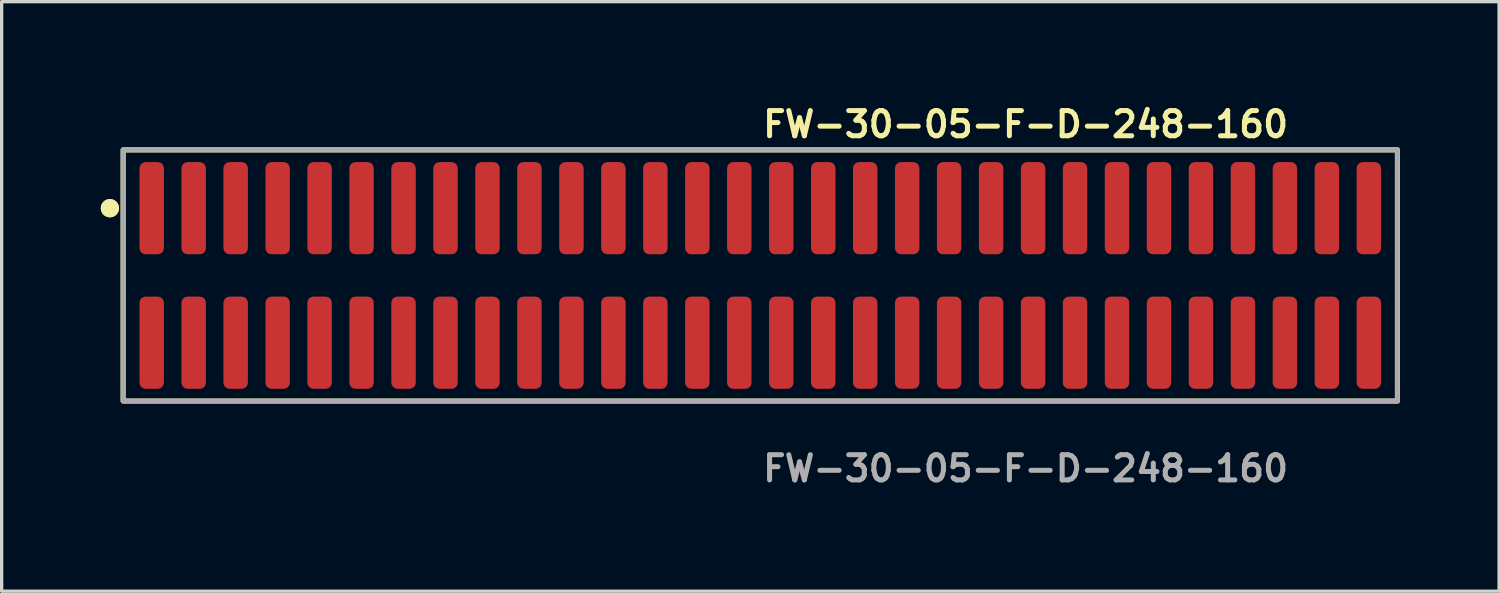
<source format=kicad_pcb>
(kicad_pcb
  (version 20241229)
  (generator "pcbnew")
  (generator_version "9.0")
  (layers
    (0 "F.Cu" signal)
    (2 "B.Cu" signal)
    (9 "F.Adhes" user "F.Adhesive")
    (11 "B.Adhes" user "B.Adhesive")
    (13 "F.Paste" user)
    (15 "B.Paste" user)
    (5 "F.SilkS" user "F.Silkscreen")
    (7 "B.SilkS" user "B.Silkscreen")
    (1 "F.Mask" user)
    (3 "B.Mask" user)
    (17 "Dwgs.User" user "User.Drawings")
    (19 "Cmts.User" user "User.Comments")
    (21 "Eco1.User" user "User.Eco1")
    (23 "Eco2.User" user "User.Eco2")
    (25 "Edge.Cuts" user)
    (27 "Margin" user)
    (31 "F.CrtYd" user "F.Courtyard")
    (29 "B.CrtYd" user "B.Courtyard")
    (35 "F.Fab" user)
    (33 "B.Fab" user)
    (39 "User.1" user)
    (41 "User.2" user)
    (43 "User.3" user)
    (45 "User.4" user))
  (footprint "FW-30-05-F-D-248-160"
    (layer "F.Cu")
    (at 19.956 5.285)
    (property "Reference" "FW-30-05-F-D-248-160" (at 0 -4.572 0) (unlocked yes) (layer "F.SilkS") (effects (font (size 0.762 0.762) (thickness 0.152)) (justify left)))
    (fp_rect (start -19.28 3.8) (end 19.28 -3.8) (stroke (width 0.152) (type solid)) (fill no) (layer "F.SilkS"))
    (fp_circle (center -19.68 -2.035) (end -19.88 -2.035) (stroke (width 0.152) (type solid)) (fill yes) (layer "F.SilkS"))
    (fp_circle (center -19.68 -2.035) (end -19.88 -2.035) (stroke (width 0.152) (type solid)) (fill yes) (layer "F.SilkS"))
    (fp_rect (start -19.28 3.8) (end 19.28 -3.8) (stroke (width 0.006) (type solid)) (fill no) (layer "F.CrtYd"))
    (fp_rect (start -19.28 3.8) (end 19.28 -3.8) (stroke (width 0.152) (type solid)) (fill no) (layer "F.Fab"))
    (fp_text user "${REFERENCE}" (at 0 5.842 0) (unlocked yes) (layer "F.Fab") (effects (font (size 0.762 0.762) (thickness 0.152)) (justify left)))
    (pad "1" smd roundrect (at -18.415 -2.035) (size 0.74 2.79) (layers "F.Cu" "F.Paste") (roundrect_rratio 0.25))
    (pad "2" smd roundrect (at -18.415 2.035) (size 0.74 2.79) (layers "F.Cu" "F.Paste") (roundrect_rratio 0.25))
    (pad "3" smd roundrect (at -17.145 -2.035) (size 0.74 2.79) (layers "F.Cu" "F.Paste") (roundrect_rratio 0.25))
    (pad "4" smd roundrect (at -17.145 2.035) (size 0.74 2.79) (layers "F.Cu" "F.Paste") (roundrect_rratio 0.25))
    (pad "5" smd roundrect (at -15.875 -2.035) (size 0.74 2.79) (layers "F.Cu" "F.Paste") (roundrect_rratio 0.25))
    (pad "6" smd roundrect (at -15.875 2.035) (size 0.74 2.79) (layers "F.Cu" "F.Paste") (roundrect_rratio 0.25))
    (pad "7" smd roundrect (at -14.605 -2.035) (size 0.74 2.79) (layers "F.Cu" "F.Paste") (roundrect_rratio 0.25))
    (pad "8" smd roundrect (at -14.605 2.035) (size 0.74 2.79) (layers "F.Cu" "F.Paste") (roundrect_rratio 0.25))
    (pad "9" smd roundrect (at -13.335 -2.035) (size 0.74 2.79) (layers "F.Cu" "F.Paste") (roundrect_rratio 0.25))
    (pad "10" smd roundrect (at -13.335 2.035) (size 0.74 2.79) (layers "F.Cu" "F.Paste") (roundrect_rratio 0.25))
    (pad "11" smd roundrect (at -12.065 -2.035) (size 0.74 2.79) (layers "F.Cu" "F.Paste") (roundrect_rratio 0.25))
    (pad "12" smd roundrect (at -12.065 2.035) (size 0.74 2.79) (layers "F.Cu" "F.Paste") (roundrect_rratio 0.25))
    (pad "13" smd roundrect (at -10.795 -2.035) (size 0.74 2.79) (layers "F.Cu" "F.Paste") (roundrect_rratio 0.25))
    (pad "14" smd roundrect (at -10.795 2.035) (size 0.74 2.79) (layers "F.Cu" "F.Paste") (roundrect_rratio 0.25))
    (pad "15" smd roundrect (at -9.525 -2.035) (size 0.74 2.79) (layers "F.Cu" "F.Paste") (roundrect_rratio 0.25))
    (pad "16" smd roundrect (at -9.525 2.035) (size 0.74 2.79) (layers "F.Cu" "F.Paste") (roundrect_rratio 0.25))
    (pad "17" smd roundrect (at -8.255 -2.035) (size 0.74 2.79) (layers "F.Cu" "F.Paste") (roundrect_rratio 0.25))
    (pad "18" smd roundrect (at -8.255 2.035) (size 0.74 2.79) (layers "F.Cu" "F.Paste") (roundrect_rratio 0.25))
    (pad "19" smd roundrect (at -6.985 -2.035) (size 0.74 2.79) (layers "F.Cu" "F.Paste") (roundrect_rratio 0.25))
    (pad "20" smd roundrect (at -6.985 2.035) (size 0.74 2.79) (layers "F.Cu" "F.Paste") (roundrect_rratio 0.25))
    (pad "21" smd roundrect (at -5.715 -2.035) (size 0.74 2.79) (layers "F.Cu" "F.Paste") (roundrect_rratio 0.25))
    (pad "22" smd roundrect (at -5.715 2.035) (size 0.74 2.79) (layers "F.Cu" "F.Paste") (roundrect_rratio 0.25))
    (pad "23" smd roundrect (at -4.445 -2.035) (size 0.74 2.79) (layers "F.Cu" "F.Paste") (roundrect_rratio 0.25))
    (pad "24" smd roundrect (at -4.445 2.035) (size 0.74 2.79) (layers "F.Cu" "F.Paste") (roundrect_rratio 0.25))
    (pad "25" smd roundrect (at -3.175 -2.035) (size 0.74 2.79) (layers "F.Cu" "F.Paste") (roundrect_rratio 0.25))
    (pad "26" smd roundrect (at -3.175 2.035) (size 0.74 2.79) (layers "F.Cu" "F.Paste") (roundrect_rratio 0.25))
    (pad "27" smd roundrect (at -1.905 -2.035) (size 0.74 2.79) (layers "F.Cu" "F.Paste") (roundrect_rratio 0.25))
    (pad "28" smd roundrect (at -1.905 2.035) (size 0.74 2.79) (layers "F.Cu" "F.Paste") (roundrect_rratio 0.25))
    (pad "29" smd roundrect (at -0.635 -2.035) (size 0.74 2.79) (layers "F.Cu" "F.Paste") (roundrect_rratio 0.25))
    (pad "30" smd roundrect (at -0.635 2.035) (size 0.74 2.79) (layers "F.Cu" "F.Paste") (roundrect_rratio 0.25))
    (pad "31" smd roundrect (at 0.635 -2.035) (size 0.74 2.79) (layers "F.Cu" "F.Paste") (roundrect_rratio 0.25))
    (pad "32" smd roundrect (at 0.635 2.035) (size 0.74 2.79) (layers "F.Cu" "F.Paste") (roundrect_rratio 0.25))
    (pad "33" smd roundrect (at 1.905 -2.035) (size 0.74 2.79) (layers "F.Cu" "F.Paste") (roundrect_rratio 0.25))
    (pad "34" smd roundrect (at 1.905 2.035) (size 0.74 2.79) (layers "F.Cu" "F.Paste") (roundrect_rratio 0.25))
    (pad "35" smd roundrect (at 3.175 -2.035) (size 0.74 2.79) (layers "F.Cu" "F.Paste") (roundrect_rratio 0.25))
    (pad "36" smd roundrect (at 3.175 2.035) (size 0.74 2.79) (layers "F.Cu" "F.Paste") (roundrect_rratio 0.25))
    (pad "37" smd roundrect (at 4.445 -2.035) (size 0.74 2.79) (layers "F.Cu" "F.Paste") (roundrect_rratio 0.25))
    (pad "38" smd roundrect (at 4.445 2.035) (size 0.74 2.79) (layers "F.Cu" "F.Paste") (roundrect_rratio 0.25))
    (pad "39" smd roundrect (at 5.715 -2.035) (size 0.74 2.79) (layers "F.Cu" "F.Paste") (roundrect_rratio 0.25))
    (pad "40" smd roundrect (at 5.715 2.035) (size 0.74 2.79) (layers "F.Cu" "F.Paste") (roundrect_rratio 0.25))
    (pad "41" smd roundrect (at 6.985 -2.035) (size 0.74 2.79) (layers "F.Cu" "F.Paste") (roundrect_rratio 0.25))
    (pad "42" smd roundrect (at 6.985 2.035) (size 0.74 2.79) (layers "F.Cu" "F.Paste") (roundrect_rratio 0.25))
    (pad "43" smd roundrect (at 8.255 -2.035) (size 0.74 2.79) (layers "F.Cu" "F.Paste") (roundrect_rratio 0.25))
    (pad "44" smd roundrect (at 8.255 2.035) (size 0.74 2.79) (layers "F.Cu" "F.Paste") (roundrect_rratio 0.25))
    (pad "45" smd roundrect (at 9.525 -2.035) (size 0.74 2.79) (layers "F.Cu" "F.Paste") (roundrect_rratio 0.25))
    (pad "46" smd roundrect (at 9.525 2.035) (size 0.74 2.79) (layers "F.Cu" "F.Paste") (roundrect_rratio 0.25))
    (pad "47" smd roundrect (at 10.795 -2.035) (size 0.74 2.79) (layers "F.Cu" "F.Paste") (roundrect_rratio 0.25))
    (pad "48" smd roundrect (at 10.795 2.035) (size 0.74 2.79) (layers "F.Cu" "F.Paste") (roundrect_rratio 0.25))
    (pad "49" smd roundrect (at 12.065 -2.035) (size 0.74 2.79) (layers "F.Cu" "F.Paste") (roundrect_rratio 0.25))
    (pad "50" smd roundrect (at 12.065 2.035) (size 0.74 2.79) (layers "F.Cu" "F.Paste") (roundrect_rratio 0.25))
    (pad "51" smd roundrect (at 13.335 -2.035) (size 0.74 2.79) (layers "F.Cu" "F.Paste") (roundrect_rratio 0.25))
    (pad "52" smd roundrect (at 13.335 2.035) (size 0.74 2.79) (layers "F.Cu" "F.Paste") (roundrect_rratio 0.25))
    (pad "53" smd roundrect (at 14.605 -2.035) (size 0.74 2.79) (layers "F.Cu" "F.Paste") (roundrect_rratio 0.25))
    (pad "54" smd roundrect (at 14.605 2.035) (size 0.74 2.79) (layers "F.Cu" "F.Paste") (roundrect_rratio 0.25))
    (pad "55" smd roundrect (at 15.875 -2.035) (size 0.74 2.79) (layers "F.Cu" "F.Paste") (roundrect_rratio 0.25))
    (pad "56" smd roundrect (at 15.875 2.035) (size 0.74 2.79) (layers "F.Cu" "F.Paste") (roundrect_rratio 0.25))
    (pad "57" smd roundrect (at 17.145 -2.035) (size 0.74 2.79) (layers "F.Cu" "F.Paste") (roundrect_rratio 0.25))
    (pad "58" smd roundrect (at 17.145 2.035) (size 0.74 2.79) (layers "F.Cu" "F.Paste") (roundrect_rratio 0.25))
    (pad "59" smd roundrect (at 18.415 -2.035) (size 0.74 2.79) (layers "F.Cu" "F.Paste") (roundrect_rratio 0.25))
    (pad "60" smd roundrect (at 18.415 2.035) (size 0.74 2.79) (layers "F.Cu" "F.Paste") (roundrect_rratio 0.25)))
  (gr_rect
    (start -3 -3)
    (end 42.312 14.84)
    (stroke (width 0.1) (type default))
    (fill no)
    (layer "Edge.Cuts")))
</source>
